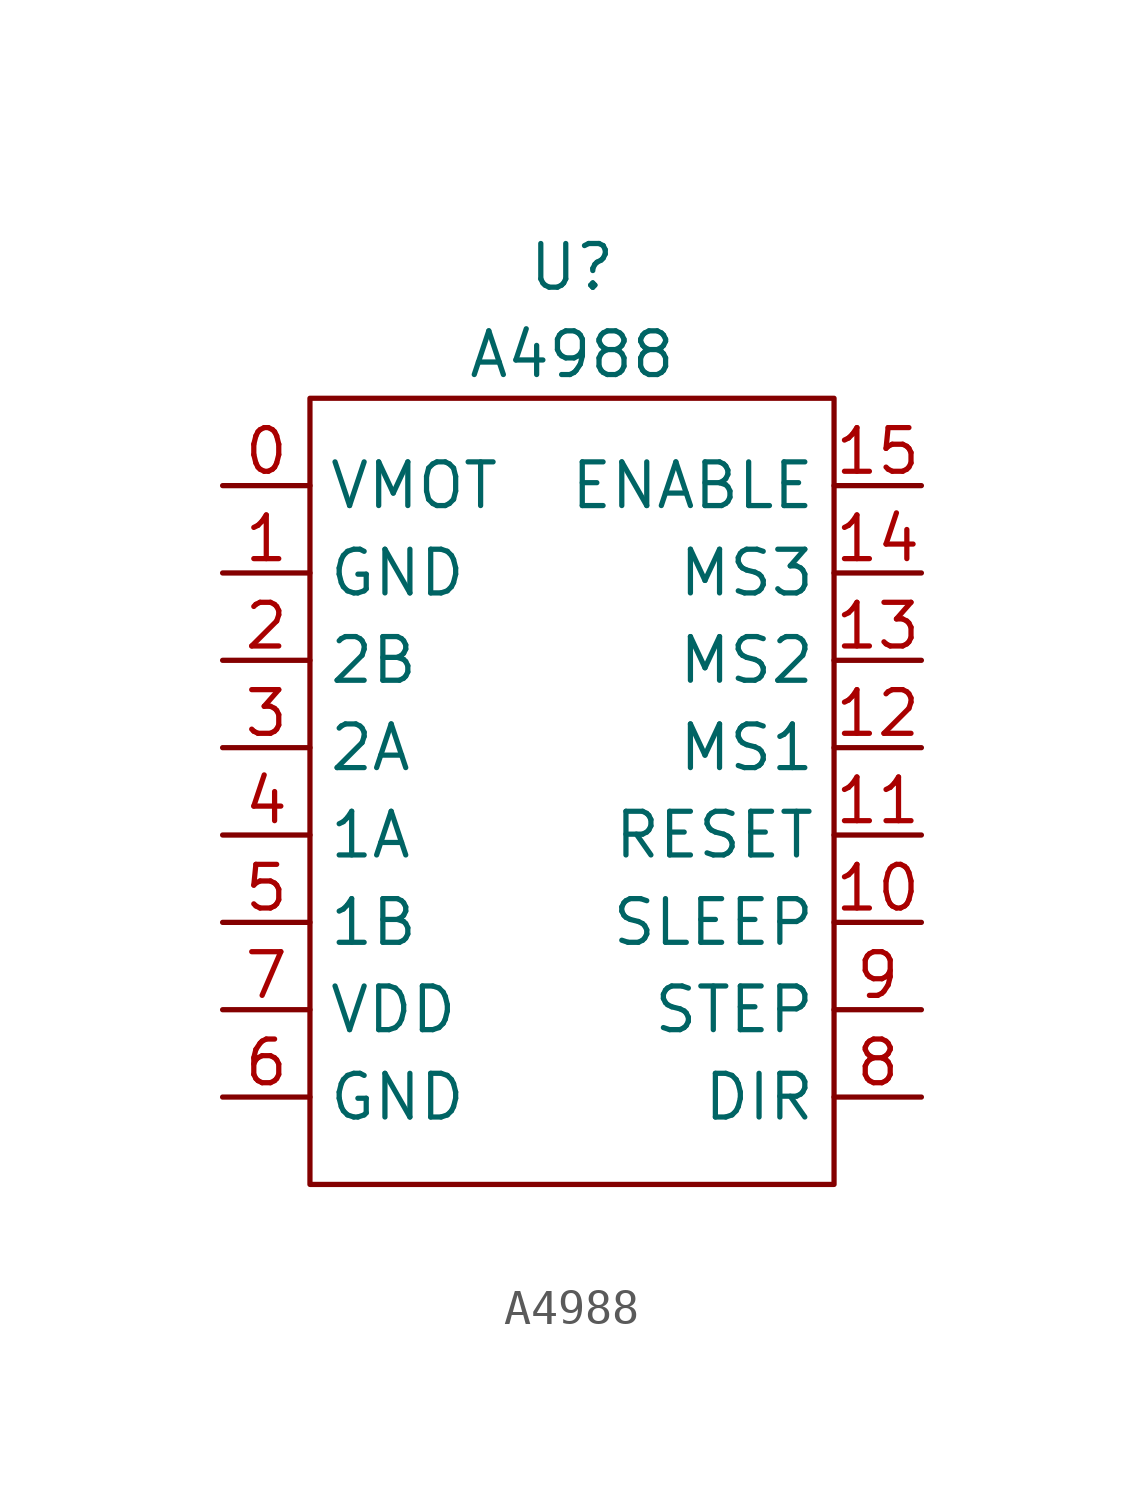
<source format=kicad_sym>
(kicad_symbol_lib
  (version 20211014)
  (generator kicad_symbol_editor)
  (symbol "A4988"
    (property "Reference" "U"
      (at 0 15.24 0)
      (effects (font (size 1.27 1.27))))
    (property "Value" "A4988"
      (at 0 12.7 0)
      (effects (font (size 1.27 1.27))))
    (symbol "A4988_0_1"
      (rectangle (start -7.62 11.43) (end 7.62 -11.43) (stroke (width 0) (type default) (color 0 0 0 0)) (fill (type none))))
    (symbol "A4988_1_1"
      (pin passive line (at -10.16 8.89 0) (length 2.54) (name "VMOT" (effects (font (size 1.27 1.27)))) (number "0" (effects (font (size 1.27 1.27)))))
      (pin passive line (at -10.16 6.35 0) (length 2.54) (name "GND" (effects (font (size 1.27 1.27)))) (number "1" (effects (font (size 1.27 1.27)))))
      (pin passive line (at 10.16 -3.81 180) (length 2.54) (name "SLEEP" (effects (font (size 1.27 1.27)))) (number "10" (effects (font (size 1.27 1.27)))))
      (pin passive line (at 10.16 -1.27 180) (length 2.54) (name "RESET" (effects (font (size 1.27 1.27)))) (number "11" (effects (font (size 1.27 1.27)))))
      (pin passive line (at 10.16 1.27 180) (length 2.54) (name "MS1" (effects (font (size 1.27 1.27)))) (number "12" (effects (font (size 1.27 1.27)))))
      (pin passive line (at 10.16 3.81 180) (length 2.54) (name "MS2" (effects (font (size 1.27 1.27)))) (number "13" (effects (font (size 1.27 1.27)))))
      (pin passive line (at 10.16 6.35 180) (length 2.54) (name "MS3" (effects (font (size 1.27 1.27)))) (number "14" (effects (font (size 1.27 1.27)))))
      (pin passive line (at 10.16 8.89 180) (length 2.54) (name "ENABLE" (effects (font (size 1.27 1.27)))) (number "15" (effects (font (size 1.27 1.27)))))
      (pin passive line (at -10.16 3.81 0) (length 2.54) (name "2B" (effects (font (size 1.27 1.27)))) (number "2" (effects (font (size 1.27 1.27)))))
      (pin passive line (at -10.16 1.27 0) (length 2.54) (name "2A" (effects (font (size 1.27 1.27)))) (number "3" (effects (font (size 1.27 1.27)))))
      (pin passive line (at -10.16 -1.27 0) (length 2.54) (name "1A" (effects (font (size 1.27 1.27)))) (number "4" (effects (font (size 1.27 1.27)))))
      (pin passive line (at -10.16 -3.81 0) (length 2.54) (name "1B" (effects (font (size 1.27 1.27)))) (number "5" (effects (font (size 1.27 1.27)))))
      (pin passive line (at -10.16 -8.89 0) (length 2.54) (name "GND" (effects (font (size 1.27 1.27)))) (number "6" (effects (font (size 1.27 1.27)))))
      (pin passive line (at -10.16 -6.35 0) (length 2.54) (name "VDD" (effects (font (size 1.27 1.27)))) (number "7" (effects (font (size 1.27 1.27)))))
      (pin passive line (at 10.16 -8.89 180) (length 2.54) (name "DIR" (effects (font (size 1.27 1.27)))) (number "8" (effects (font (size 1.27 1.27)))))
      (pin passive line (at 10.16 -6.35 180) (length 2.54) (name "STEP" (effects (font (size 1.27 1.27)))) (number "9" (effects (font (size 1.27 1.27))))))))
</source>
